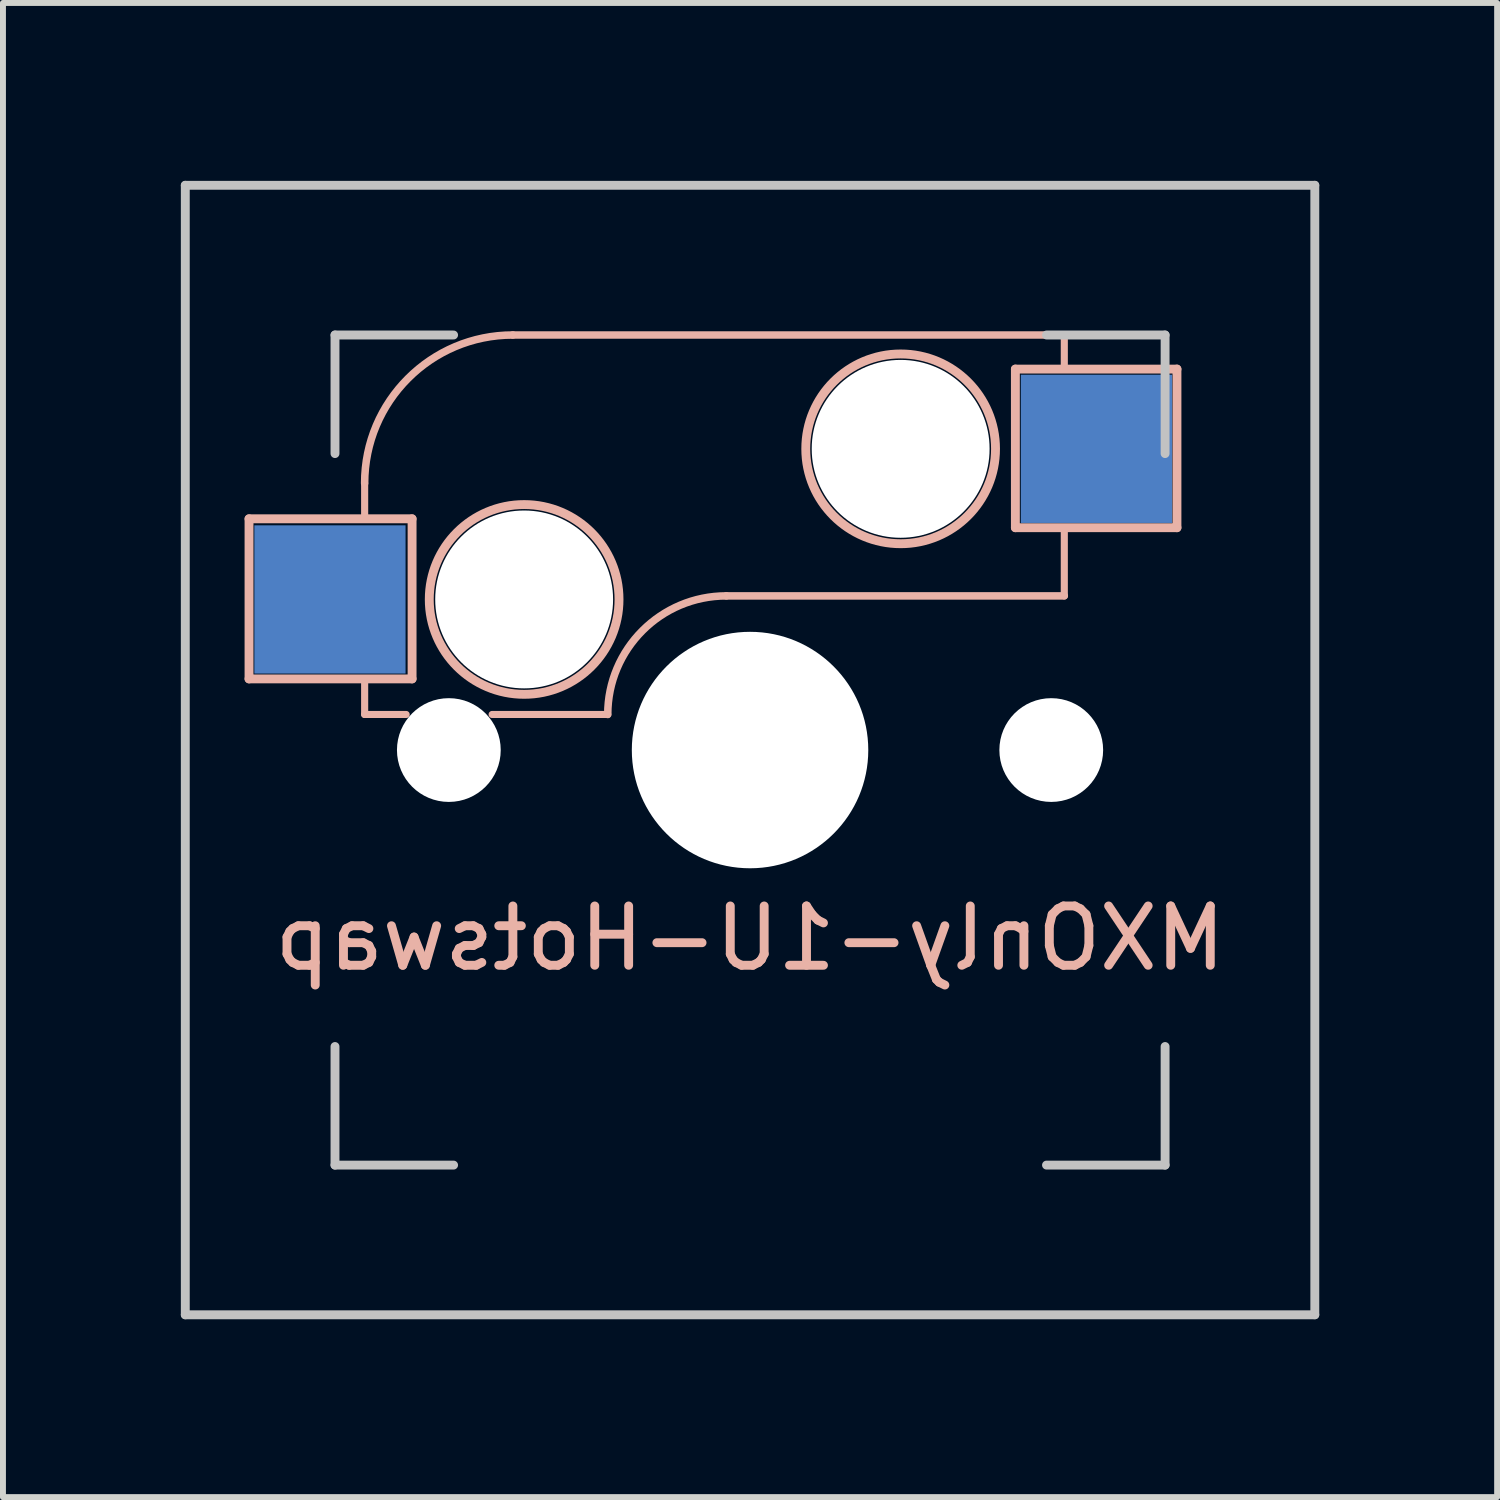
<source format=kicad_pcb>
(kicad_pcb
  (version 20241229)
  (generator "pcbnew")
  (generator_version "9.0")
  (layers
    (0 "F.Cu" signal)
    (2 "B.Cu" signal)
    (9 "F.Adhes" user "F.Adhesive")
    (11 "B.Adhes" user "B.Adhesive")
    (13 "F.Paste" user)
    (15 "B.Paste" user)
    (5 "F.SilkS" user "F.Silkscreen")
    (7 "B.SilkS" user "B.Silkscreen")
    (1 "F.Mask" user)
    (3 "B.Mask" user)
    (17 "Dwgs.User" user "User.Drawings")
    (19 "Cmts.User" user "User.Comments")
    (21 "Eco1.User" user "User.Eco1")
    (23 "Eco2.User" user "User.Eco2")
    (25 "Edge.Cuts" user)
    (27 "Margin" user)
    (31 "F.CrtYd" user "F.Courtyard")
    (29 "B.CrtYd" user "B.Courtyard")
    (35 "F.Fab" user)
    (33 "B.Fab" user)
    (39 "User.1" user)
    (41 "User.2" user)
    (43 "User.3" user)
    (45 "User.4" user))
  (footprint "MXOnly-1U-Hotswap"
    (layer "F.Cu")
    (at 9.6 9.6)
    (property "Reference" "MXOnly-1U-Hotswap" (at 0 3.175 0) (layer "B.SilkS") (effects (font (size 1 1) (thickness 0.15)) (justify mirror)))
    (attr smd)
    (fp_line (start -8.45 -3.9) (end -8.45 -1.2) (stroke (width 0.15) (type solid)) (layer "B.SilkS"))
    (fp_line (start -8.45 -1.2) (end -5.7 -1.2) (stroke (width 0.15) (type solid)) (layer "B.SilkS"))
    (fp_line (start -6.5 -4.5) (end -6.5 -3.9) (stroke (width 0.12) (type solid)) (layer "B.SilkS"))
    (fp_line (start -6.5 -0.6) (end -6.5 -1.2) (stroke (width 0.12) (type solid)) (layer "B.SilkS"))
    (fp_line (start -6.5 -0.6) (end -5.8 -0.6) (stroke (width 0.12) (type solid)) (layer "B.SilkS"))
    (fp_line (start -5.7 -3.9) (end -8.45 -3.9) (stroke (width 0.15) (type solid)) (layer "B.SilkS"))
    (fp_line (start -5.7 -1.2) (end -5.7 -3.9) (stroke (width 0.15) (type solid)) (layer "B.SilkS"))
    (fp_line (start -2.4 -0.6) (end -4.35 -0.6) (stroke (width 0.12) (type solid)) (layer "B.SilkS"))
    (fp_line (start -0.4 -2.6) (end 5.3 -2.6) (stroke (width 0.127) (type solid)) (layer "B.SilkS"))
    (fp_line (start 4.475 -6.425) (end 7.2 -6.425) (stroke (width 0.15) (type solid)) (layer "B.SilkS"))
    (fp_line (start 4.475 -3.75) (end 4.475 -6.425) (stroke (width 0.15) (type solid)) (layer "B.SilkS"))
    (fp_line (start 5.3 -7) (end -4 -7) (stroke (width 0.127) (type solid)) (layer "B.SilkS"))
    (fp_line (start 5.3 -7) (end 5.3 -6.45) (stroke (width 0.12) (type solid)) (layer "B.SilkS"))
    (fp_line (start 5.3 -2.6) (end 5.3 -3.725) (stroke (width 0.12) (type solid)) (layer "B.SilkS"))
    (fp_line (start 7.2 -6.425) (end 7.2 -3.75) (stroke (width 0.15) (type solid)) (layer "B.SilkS"))
    (fp_line (start 7.2 -3.75) (end 4.475 -3.75) (stroke (width 0.15) (type solid)) (layer "B.SilkS"))
    (fp_arc (start -6.5 -4.5) (mid -5.767767 -6.267767) (end -4 -7) (stroke (width 0.127) (type solid)) (layer "B.SilkS"))
    (fp_arc (start -2.4 -0.6) (mid -1.814214 -2.014214) (end -0.4 -2.6) (stroke (width 0.127) (type solid)) (layer "B.SilkS"))
    (fp_circle (center -3.81 -2.54) (end -2.21 -2.54) (stroke (width 0.15) (type solid)) (fill no) (layer "B.SilkS"))
    (fp_circle (center 2.54 -5.08) (end 4.14 -5.08) (stroke (width 0.15) (type solid)) (fill no) (layer "B.SilkS"))
    (fp_line (start -9.525 -9.525) (end 9.525 -9.525) (stroke (width 0.15) (type solid)) (layer "Dwgs.User"))
    (fp_line (start -9.525 9.525) (end -9.525 -9.525) (stroke (width 0.15) (type solid)) (layer "Dwgs.User"))
    (fp_line (start -7 -7) (end -7 -5) (stroke (width 0.15) (type solid)) (layer "Dwgs.User"))
    (fp_line (start -7 5) (end -7 7) (stroke (width 0.15) (type solid)) (layer "Dwgs.User"))
    (fp_line (start -7 7) (end -5 7) (stroke (width 0.15) (type solid)) (layer "Dwgs.User"))
    (fp_line (start -5 -7) (end -7 -7) (stroke (width 0.15) (type solid)) (layer "Dwgs.User"))
    (fp_line (start 5 -7) (end 7 -7) (stroke (width 0.15) (type solid)) (layer "Dwgs.User"))
    (fp_line (start 5 7) (end 7 7) (stroke (width 0.15) (type solid)) (layer "Dwgs.User"))
    (fp_line (start 7 -7) (end 7 -5) (stroke (width 0.15) (type solid)) (layer "Dwgs.User"))
    (fp_line (start 7 7) (end 7 5) (stroke (width 0.15) (type solid)) (layer "Dwgs.User"))
    (fp_line (start 9.525 -9.525) (end 9.525 9.525) (stroke (width 0.15) (type solid)) (layer "Dwgs.User"))
    (fp_line (start 9.525 9.525) (end -9.525 9.525) (stroke (width 0.15) (type solid)) (layer "Dwgs.User"))
    (pad "" np_thru_hole circle (at -5.08 0 48.1) (size 1.75 1.75) (drill 1.75) (layers "*.Cu" "*.Mask"))
    (pad "" np_thru_hole circle (at -3.81 -2.54) (size 3 3) (drill 3) (layers "*.Cu" "*.Mask"))
    (pad "" np_thru_hole circle (at 0 0) (size 3.988 3.988) (drill 3.988) (layers "*.Cu" "*.Mask"))
    (pad "" np_thru_hole circle (at 2.54 -5.08) (size 3 3) (drill 3) (layers "*.Cu" "*.Mask"))
    (pad "" np_thru_hole circle (at 5.08 0 48.1) (size 1.75 1.75) (drill 1.75) (layers "*.Cu" "*.Mask"))
    (pad "1" smd rect (at -7.085 -2.54) (size 2.55 2.5) (layers "B.Cu" "B.Mask" "B.Paste"))
    (pad "2" smd rect (at 5.842 -5.08) (size 2.55 2.5) (layers "B.Cu" "B.Mask" "B.Paste")))
  (gr_rect
    (start -3 -3)
    (end 22.2 22.2)
    (stroke (width 0.1) (type default))
    (fill no)
    (layer "Edge.Cuts")))
</source>
